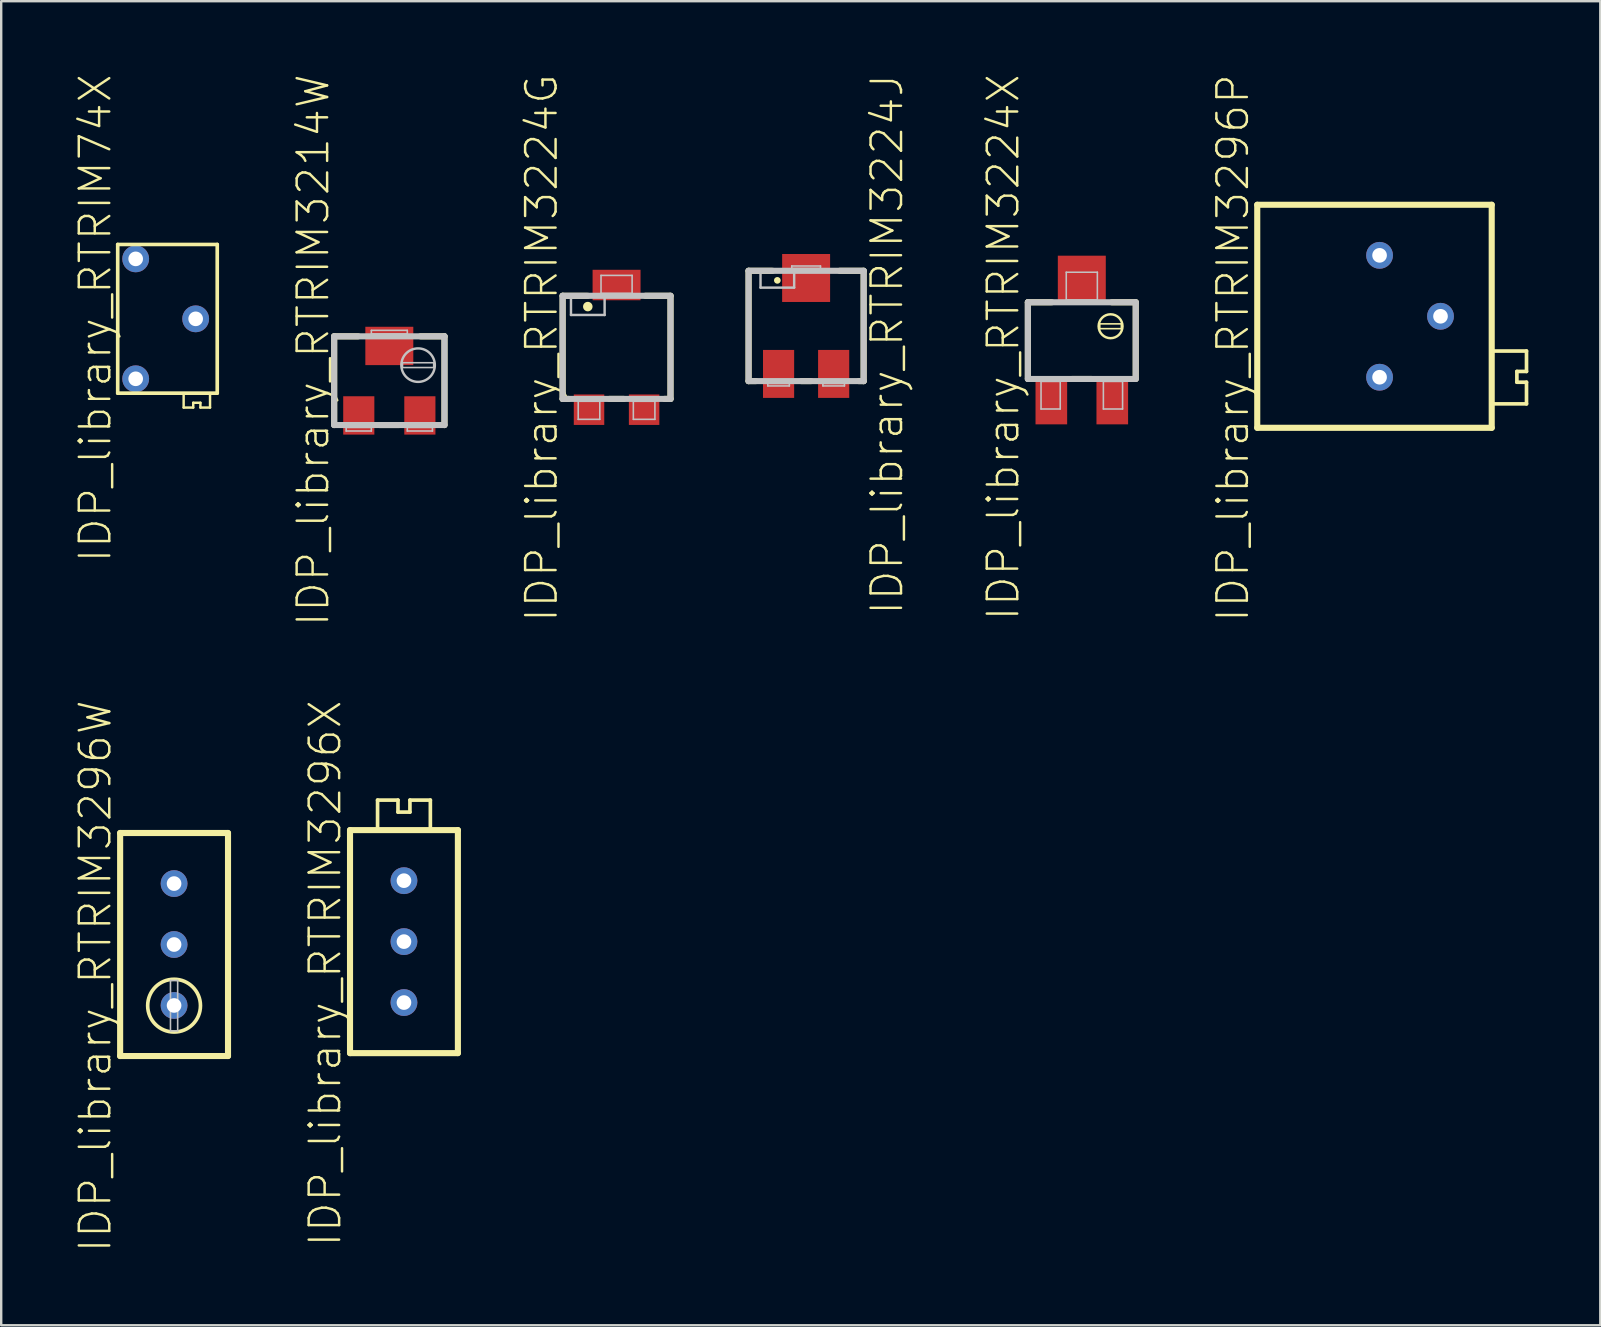
<source format=kicad_pcb>
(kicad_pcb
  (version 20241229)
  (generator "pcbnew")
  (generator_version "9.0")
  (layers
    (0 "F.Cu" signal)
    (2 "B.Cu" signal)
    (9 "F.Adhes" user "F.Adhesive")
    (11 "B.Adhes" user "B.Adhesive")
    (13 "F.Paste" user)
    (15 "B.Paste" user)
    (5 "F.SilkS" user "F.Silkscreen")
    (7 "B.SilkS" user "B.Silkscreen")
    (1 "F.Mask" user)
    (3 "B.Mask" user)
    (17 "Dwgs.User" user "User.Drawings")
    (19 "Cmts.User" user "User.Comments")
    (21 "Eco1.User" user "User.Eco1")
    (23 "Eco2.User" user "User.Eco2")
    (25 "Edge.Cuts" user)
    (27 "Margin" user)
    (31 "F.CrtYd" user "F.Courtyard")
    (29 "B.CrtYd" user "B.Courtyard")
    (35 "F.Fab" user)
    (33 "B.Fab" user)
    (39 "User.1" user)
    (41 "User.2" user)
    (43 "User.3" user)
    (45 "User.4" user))
  (footprint "IDP_library_RTRIM3224G"
    (layer "F.Cu")
    (at 22.647 11.427)
    (property "Reference" "IDP_library_RTRIM3224G" (at -3.124 0.028 90) (layer "F.SilkS") (effects (font (size 1.27 1.27) (thickness 0.102))))
    (attr smd)
    (fp_line (start -2.248 -2.149) (end -2.248 2.149) (stroke (width 0.254) (type solid)) (layer "F.SilkS"))
    (fp_line (start -2.248 2.149) (end -1.999 2.149) (stroke (width 0.254) (type solid)) (layer "F.SilkS"))
    (fp_line (start -1.199 -2.149) (end -2.248 -2.149) (stroke (width 0.254) (type solid)) (layer "F.SilkS"))
    (fp_line (start -0.3 2.149) (end 0.3 2.149) (stroke (width 0.254) (type solid)) (layer "F.SilkS"))
    (fp_line (start 1.199 -2.149) (end 2.248 -2.149) (stroke (width 0.254) (type solid)) (layer "F.SilkS"))
    (fp_line (start 2.248 -2.149) (end 2.248 2.149) (stroke (width 0.254) (type solid)) (layer "F.SilkS"))
    (fp_line (start 2.248 2.149) (end 1.999 2.149) (stroke (width 0.254) (type solid)) (layer "F.SilkS"))
    (fp_circle (center -1.199 -1.699) (end -1.199 -1.897) (stroke (width 0) (type solid)) (fill yes) (layer "F.SilkS"))
    (fp_line (start -2.248 -2.149) (end 2.248 -2.149) (stroke (width 0.254) (type solid)) (layer "Dwgs.User"))
    (fp_line (start -2.248 2.149) (end -2.248 -2.149) (stroke (width 0.254) (type solid)) (layer "Dwgs.User"))
    (fp_line (start -1.9 -1.349) (end -1.9 -2.05) (stroke (width 0.102) (type solid)) (layer "Dwgs.User"))
    (fp_line (start -1.598 2.248) (end -0.699 2.248) (stroke (width 0.066) (type solid)) (layer "Dwgs.User"))
    (fp_line (start -1.598 3) (end -1.598 2.248) (stroke (width 0.066) (type solid)) (layer "Dwgs.User"))
    (fp_line (start -1.598 3) (end -0.699 3) (stroke (width 0.066) (type solid)) (layer "Dwgs.User"))
    (fp_line (start -0.699 3) (end -0.699 2.248) (stroke (width 0.066) (type solid)) (layer "Dwgs.User"))
    (fp_line (start -0.648 -3) (end 0.648 -3) (stroke (width 0.066) (type solid)) (layer "Dwgs.User"))
    (fp_line (start -0.648 -2.248) (end -0.648 -3) (stroke (width 0.066) (type solid)) (layer "Dwgs.User"))
    (fp_line (start -0.648 -2.248) (end 0.648 -2.248) (stroke (width 0.066) (type solid)) (layer "Dwgs.User"))
    (fp_line (start -0.498 -2.05) (end -0.498 -1.349) (stroke (width 0.102) (type solid)) (layer "Dwgs.User"))
    (fp_line (start -0.498 -1.349) (end -1.9 -1.349) (stroke (width 0.102) (type solid)) (layer "Dwgs.User"))
    (fp_line (start 0.648 -2.248) (end 0.648 -3) (stroke (width 0.066) (type solid)) (layer "Dwgs.User"))
    (fp_line (start 0.699 2.248) (end 1.598 2.248) (stroke (width 0.066) (type solid)) (layer "Dwgs.User"))
    (fp_line (start 0.699 3) (end 0.699 2.248) (stroke (width 0.066) (type solid)) (layer "Dwgs.User"))
    (fp_line (start 0.699 3) (end 1.598 3) (stroke (width 0.066) (type solid)) (layer "Dwgs.User"))
    (fp_line (start 1.598 3) (end 1.598 2.248) (stroke (width 0.066) (type solid)) (layer "Dwgs.User"))
    (fp_line (start 2.248 -2.149) (end 2.248 2.149) (stroke (width 0.254) (type solid)) (layer "Dwgs.User"))
    (fp_line (start 2.248 2.149) (end -2.248 2.149) (stroke (width 0.254) (type solid)) (layer "Dwgs.User"))
    (pad "1" smd rect (at -1.148 2.598) (size 1.27 1.27) (layers "F.Cu" "F.Mask" "F.Paste"))
    (pad "2" smd rect (at 0 -2.598) (size 1.999 1.27) (layers "F.Cu" "F.Mask" "F.Paste"))
    (pad "3" smd rect (at 1.148 2.598) (size 1.27 1.27) (layers "F.Cu" "F.Mask" "F.Paste")))
  (footprint "IDP_library_RTRIM3296P"
    (layer "F.Cu")
    (at 54.447 10.132)
    (property "Reference" "IDP_library_RTRIM3296P" (at -6.114 1.323 90) (layer "F.SilkS") (effects (font (size 1.27 1.27) (thickness 0.102))))
    (attr exclude_from_pos_files exclude_from_bom)
    (fp_line (start -5.098 -4.648) (end -5.098 4.648) (stroke (width 0.254) (type solid)) (layer "F.SilkS"))
    (fp_line (start -5.098 4.648) (end 4.674 4.648) (stroke (width 0.254) (type solid)) (layer "F.SilkS"))
    (fp_line (start 4.674 -4.648) (end -5.098 -4.648) (stroke (width 0.254) (type solid)) (layer "F.SilkS"))
    (fp_line (start 4.674 4.648) (end 4.674 -4.648) (stroke (width 0.254) (type solid)) (layer "F.SilkS"))
    (fp_line (start 4.773 1.448) (end 6.124 1.448) (stroke (width 0.152) (type solid)) (layer "F.SilkS"))
    (fp_line (start 5.723 2.299) (end 5.723 2.748) (stroke (width 0.152) (type solid)) (layer "F.SilkS"))
    (fp_line (start 5.723 2.748) (end 6.124 2.748) (stroke (width 0.152) (type solid)) (layer "F.SilkS"))
    (fp_line (start 6.124 1.448) (end 6.124 2.299) (stroke (width 0.152) (type solid)) (layer "F.SilkS"))
    (fp_line (start 6.124 2.299) (end 5.723 2.299) (stroke (width 0.152) (type solid)) (layer "F.SilkS"))
    (fp_line (start 6.124 2.748) (end 6.124 3.65) (stroke (width 0.152) (type solid)) (layer "F.SilkS"))
    (fp_line (start 6.124 3.65) (end 4.773 3.65) (stroke (width 0.152) (type solid)) (layer "F.SilkS"))
    (pad "1" thru_hole circle (at 0 2.54) (size 1.118 1.118) (drill 0.61) (layers "*.Cu" "*.Paste" "*.Mask"))
    (pad "2" thru_hole circle (at 2.54 0) (size 1.118 1.118) (drill 0.61) (layers "*.Cu" "*.Paste" "*.Mask"))
    (pad "3" thru_hole circle (at 0 -2.54) (size 1.118 1.118) (drill 0.61) (layers "*.Cu" "*.Paste" "*.Mask")))
  (footprint "IDP_library_RTRIM3224J"
    (layer "F.Cu")
    (at 30.547 10.535)
    (property "Reference" "IDP_library_RTRIM3224J" (at 3.373 0.77 270) (layer "F.SilkS") (effects (font (size 1.27 1.27) (thickness 0.102))))
    (attr smd)
    (fp_line (start -2.398 -2.299) (end -1.4 -2.299) (stroke (width 0.254) (type solid)) (layer "F.SilkS"))
    (fp_line (start -2.398 2.299) (end -2.398 -2.299) (stroke (width 0.254) (type solid)) (layer "F.SilkS"))
    (fp_line (start -2.098 2.299) (end -2.398 2.299) (stroke (width 0.254) (type solid)) (layer "F.SilkS"))
    (fp_line (start 0.198 2.299) (end -0.198 2.299) (stroke (width 0.254) (type solid)) (layer "F.SilkS"))
    (fp_line (start 1.4 -2.299) (end 2.398 -2.299) (stroke (width 0.254) (type solid)) (layer "F.SilkS"))
    (fp_line (start 2.398 -2.299) (end 2.398 2.299) (stroke (width 0.254) (type solid)) (layer "F.SilkS"))
    (fp_line (start 2.398 2.299) (end 2.2 2.299) (stroke (width 0.254) (type solid)) (layer "F.SilkS"))
    (fp_circle (center -1.199 -1.9) (end -1.199 -2.04) (stroke (width 0) (type solid)) (fill yes) (layer "F.SilkS"))
    (fp_line (start -2.398 -2.299) (end 2.398 -2.299) (stroke (width 0.254) (type solid)) (layer "Dwgs.User"))
    (fp_line (start -2.398 2.299) (end -2.398 -2.299) (stroke (width 0.254) (type solid)) (layer "Dwgs.User"))
    (fp_line (start -1.9 -1.598) (end -1.9 -2.2) (stroke (width 0.102) (type solid)) (layer "Dwgs.User"))
    (fp_line (start -1.598 2.398) (end -0.699 2.398) (stroke (width 0.066) (type solid)) (layer "Dwgs.User"))
    (fp_line (start -1.598 2.499) (end -1.598 2.398) (stroke (width 0.066) (type solid)) (layer "Dwgs.User"))
    (fp_line (start -1.598 2.499) (end -0.699 2.499) (stroke (width 0.066) (type solid)) (layer "Dwgs.User"))
    (fp_line (start -0.699 2.499) (end -0.699 2.398) (stroke (width 0.066) (type solid)) (layer "Dwgs.User"))
    (fp_line (start -0.599 -2.499) (end 0.599 -2.499) (stroke (width 0.066) (type solid)) (layer "Dwgs.User"))
    (fp_line (start -0.599 -2.398) (end -0.599 -2.499) (stroke (width 0.066) (type solid)) (layer "Dwgs.User"))
    (fp_line (start -0.599 -2.398) (end 0.599 -2.398) (stroke (width 0.066) (type solid)) (layer "Dwgs.User"))
    (fp_line (start -0.498 -2.2) (end -0.498 -1.598) (stroke (width 0.102) (type solid)) (layer "Dwgs.User"))
    (fp_line (start -0.498 -1.598) (end -1.9 -1.598) (stroke (width 0.102) (type solid)) (layer "Dwgs.User"))
    (fp_line (start 0.599 -2.398) (end 0.599 -2.499) (stroke (width 0.066) (type solid)) (layer "Dwgs.User"))
    (fp_line (start 0.699 2.398) (end 1.598 2.398) (stroke (width 0.066) (type solid)) (layer "Dwgs.User"))
    (fp_line (start 0.699 2.499) (end 0.699 2.398) (stroke (width 0.066) (type solid)) (layer "Dwgs.User"))
    (fp_line (start 0.699 2.499) (end 1.598 2.499) (stroke (width 0.066) (type solid)) (layer "Dwgs.User"))
    (fp_line (start 1.598 2.499) (end 1.598 2.398) (stroke (width 0.066) (type solid)) (layer "Dwgs.User"))
    (fp_line (start 2.398 -2.299) (end 2.398 2.299) (stroke (width 0.254) (type solid)) (layer "Dwgs.User"))
    (fp_line (start 2.398 2.299) (end -2.398 2.299) (stroke (width 0.254) (type solid)) (layer "Dwgs.User"))
    (pad "1" smd rect (at -1.148 1.999) (size 1.298 1.999) (layers "F.Cu" "F.Mask" "F.Paste"))
    (pad "2" smd rect (at 0 -1.999) (size 1.999 1.999) (layers "F.Cu" "F.Mask" "F.Paste"))
    (pad "3" smd rect (at 1.148 1.999) (size 1.298 1.999) (layers "F.Cu" "F.Mask" "F.Paste")))
  (footprint "IDP_library_RTRIM3214W"
    (layer "F.Cu")
    (at 13.176 12.816)
    (property "Reference" "IDP_library_RTRIM3214W" (at -3.175 -1.27 90) (layer "F.SilkS") (effects (font (size 1.27 1.27) (thickness 0.102))))
    (attr smd)
    (fp_line (start -2.299 -1.849) (end -1.298 -1.849) (stroke (width 0.254) (type solid)) (layer "F.SilkS"))
    (fp_line (start -2.299 1.849) (end -2.299 -1.849) (stroke (width 0.254) (type solid)) (layer "F.SilkS"))
    (fp_line (start -0.399 1.849) (end 0.399 1.849) (stroke (width 0.254) (type solid)) (layer "F.SilkS"))
    (fp_line (start 2.299 -1.849) (end 1.298 -1.849) (stroke (width 0.254) (type solid)) (layer "F.SilkS"))
    (fp_line (start 2.299 1.849) (end 2.299 -1.849) (stroke (width 0.254) (type solid)) (layer "F.SilkS"))
    (fp_line (start -2.299 -1.849) (end 2.299 -1.849) (stroke (width 0.254) (type solid)) (layer "Dwgs.User"))
    (fp_line (start -2.299 1.849) (end -2.299 -1.849) (stroke (width 0.254) (type solid)) (layer "Dwgs.User"))
    (fp_line (start -1.798 1.948) (end -0.749 1.948) (stroke (width 0.066) (type solid)) (layer "Dwgs.User"))
    (fp_line (start -1.798 2.098) (end -1.798 1.948) (stroke (width 0.066) (type solid)) (layer "Dwgs.User"))
    (fp_line (start -1.798 2.098) (end -0.749 2.098) (stroke (width 0.066) (type solid)) (layer "Dwgs.User"))
    (fp_line (start -0.749 -2.098) (end 0.749 -2.098) (stroke (width 0.066) (type solid)) (layer "Dwgs.User"))
    (fp_line (start -0.749 -1.948) (end -0.749 -2.098) (stroke (width 0.066) (type solid)) (layer "Dwgs.User"))
    (fp_line (start -0.749 -1.948) (end 0.749 -1.948) (stroke (width 0.066) (type solid)) (layer "Dwgs.User"))
    (fp_line (start -0.749 2.098) (end -0.749 1.948) (stroke (width 0.066) (type solid)) (layer "Dwgs.User"))
    (fp_line (start 0.549 -0.749) (end 1.849 -0.749) (stroke (width 0.066) (type solid)) (layer "Dwgs.User"))
    (fp_line (start 0.549 -0.549) (end 0.549 -0.749) (stroke (width 0.066) (type solid)) (layer "Dwgs.User"))
    (fp_line (start 0.549 -0.549) (end 1.849 -0.549) (stroke (width 0.066) (type solid)) (layer "Dwgs.User"))
    (fp_line (start 0.749 -1.948) (end 0.749 -2.098) (stroke (width 0.066) (type solid)) (layer "Dwgs.User"))
    (fp_line (start 0.749 1.948) (end 1.798 1.948) (stroke (width 0.066) (type solid)) (layer "Dwgs.User"))
    (fp_line (start 0.749 2.098) (end 0.749 1.948) (stroke (width 0.066) (type solid)) (layer "Dwgs.User"))
    (fp_line (start 0.749 2.098) (end 1.798 2.098) (stroke (width 0.066) (type solid)) (layer "Dwgs.User"))
    (fp_line (start 1.798 2.098) (end 1.798 1.948) (stroke (width 0.066) (type solid)) (layer "Dwgs.User"))
    (fp_line (start 1.849 -0.549) (end 1.849 -0.749) (stroke (width 0.066) (type solid)) (layer "Dwgs.User"))
    (fp_line (start 2.299 -1.849) (end 2.299 1.849) (stroke (width 0.254) (type solid)) (layer "Dwgs.User"))
    (fp_line (start 2.299 1.849) (end -2.299 1.849) (stroke (width 0.254) (type solid)) (layer "Dwgs.User"))
    (fp_circle (center 1.199 -0.648) (end 1.199 -1.346) (stroke (width 0.102) (type solid)) (fill no) (layer "Dwgs.User"))
    (pad "1" smd rect (at -1.273 1.448) (size 1.298 1.598) (layers "F.Cu" "F.Mask" "F.Paste"))
    (pad "2" smd rect (at 0 -1.448) (size 1.999 1.598) (layers "F.Cu" "F.Mask" "F.Paste"))
    (pad "3" smd rect (at 1.273 1.448) (size 1.298 1.598) (layers "F.Cu" "F.Mask" "F.Paste")))
  (footprint "IDP_library_RTRIM3296X"
    (layer "F.Cu")
    (at 13.786 36.194)
    (property "Reference" "IDP_library_RTRIM3296X" (at -3.284 1.323 90) (layer "F.SilkS") (effects (font (size 1.27 1.27) (thickness 0.102))))
    (attr exclude_from_pos_files exclude_from_bom)
    (fp_line (start -2.248 -4.648) (end 2.248 -4.648) (stroke (width 0.254) (type solid)) (layer "F.SilkS"))
    (fp_line (start -2.248 4.648) (end -2.248 -4.648) (stroke (width 0.254) (type solid)) (layer "F.SilkS"))
    (fp_line (start -1.1 -5.898) (end -0.249 -5.898) (stroke (width 0.152) (type solid)) (layer "F.SilkS"))
    (fp_line (start -1.1 -4.699) (end -1.1 -5.898) (stroke (width 0.152) (type solid)) (layer "F.SilkS"))
    (fp_line (start -0.249 -5.898) (end -0.249 -5.397) (stroke (width 0.152) (type solid)) (layer "F.SilkS"))
    (fp_line (start -0.249 -5.397) (end 0.249 -5.397) (stroke (width 0.152) (type solid)) (layer "F.SilkS"))
    (fp_line (start 0.249 -5.898) (end 1.1 -5.898) (stroke (width 0.152) (type solid)) (layer "F.SilkS"))
    (fp_line (start 0.249 -5.397) (end 0.249 -5.898) (stroke (width 0.152) (type solid)) (layer "F.SilkS"))
    (fp_line (start 1.1 -5.898) (end 1.1 -4.699) (stroke (width 0.152) (type solid)) (layer "F.SilkS"))
    (fp_line (start 2.248 -4.648) (end 2.248 4.648) (stroke (width 0.254) (type solid)) (layer "F.SilkS"))
    (fp_line (start 2.248 4.648) (end -2.248 4.648) (stroke (width 0.254) (type solid)) (layer "F.SilkS"))
    (pad "1" thru_hole circle (at 0 2.54) (size 1.118 1.118) (drill 0.61) (layers "*.Cu" "*.Paste" "*.Mask"))
    (pad "2" thru_hole circle (at 0 0) (size 1.118 1.118) (drill 0.61) (layers "*.Cu" "*.Paste" "*.Mask"))
    (pad "3" thru_hole circle (at 0 -2.54) (size 1.118 1.118) (drill 0.61) (layers "*.Cu" "*.Paste" "*.Mask")))
  (footprint "IDP_library_RTRIM74X"
    (layer "F.Cu")
    (at 3.855 10.238)
    (property "Reference" "IDP_library_RTRIM74X" (at -2.934 -0.023 90) (layer "F.SilkS") (effects (font (size 1.27 1.27) (thickness 0.102))))
    (attr exclude_from_pos_files exclude_from_bom)
    (fp_line (start -1.999 -3.099) (end -1.999 3.099) (stroke (width 0.152) (type solid)) (layer "F.SilkS"))
    (fp_line (start -1.999 3.099) (end 2.149 3.099) (stroke (width 0.152) (type solid)) (layer "F.SilkS"))
    (fp_line (start 0.749 3.15) (end 0.749 3.698) (stroke (width 0.102) (type solid)) (layer "F.SilkS"))
    (fp_line (start 0.749 3.698) (end 1.148 3.698) (stroke (width 0.102) (type solid)) (layer "F.SilkS"))
    (fp_line (start 1.148 3.498) (end 1.448 3.498) (stroke (width 0.102) (type solid)) (layer "F.SilkS"))
    (fp_line (start 1.148 3.698) (end 1.148 3.498) (stroke (width 0.102) (type solid)) (layer "F.SilkS"))
    (fp_line (start 1.448 3.498) (end 1.448 3.698) (stroke (width 0.102) (type solid)) (layer "F.SilkS"))
    (fp_line (start 1.448 3.698) (end 1.849 3.698) (stroke (width 0.102) (type solid)) (layer "F.SilkS"))
    (fp_line (start 1.849 3.698) (end 1.849 3.15) (stroke (width 0.102) (type solid)) (layer "F.SilkS"))
    (fp_line (start 2.149 -3.099) (end -1.999 -3.099) (stroke (width 0.152) (type solid)) (layer "F.SilkS"))
    (fp_line (start 2.149 3.099) (end 2.149 -3.099) (stroke (width 0.152) (type solid)) (layer "F.SilkS"))
    (pad "1" thru_hole circle (at -1.25 2.499) (size 1.118 1.118) (drill 0.61) (layers "*.Cu" "*.Paste" "*.Mask"))
    (pad "2" thru_hole circle (at 1.25 0) (size 1.118 1.118) (drill 0.61) (layers "*.Cu" "*.Paste" "*.Mask"))
    (pad "3" thru_hole circle (at -1.25 -2.499) (size 1.118 1.118) (drill 0.61) (layers "*.Cu" "*.Paste" "*.Mask")))
  (footprint "IDP_library_RTRIM3224X"
    (layer "F.Cu")
    (at 42.037 11.146)
    (property "Reference" "IDP_library_RTRIM3224X" (at -3.274 0.279 90) (layer "F.SilkS") (effects (font (size 1.27 1.27) (thickness 0.102))))
    (attr smd)
    (fp_line (start -2.248 -1.598) (end -1.25 -1.598) (stroke (width 0.254) (type solid)) (layer "F.SilkS"))
    (fp_line (start -2.248 1.598) (end -2.248 -1.598) (stroke (width 0.254) (type solid)) (layer "F.SilkS"))
    (fp_line (start -0.399 1.598) (end 0.399 1.598) (stroke (width 0.254) (type solid)) (layer "F.SilkS"))
    (fp_line (start 0.749 -0.699) (end 1.648 -0.699) (stroke (width 0.066) (type solid)) (layer "F.SilkS"))
    (fp_line (start 0.749 -0.498) (end 0.749 -0.699) (stroke (width 0.066) (type solid)) (layer "F.SilkS"))
    (fp_line (start 0.749 -0.498) (end 1.648 -0.498) (stroke (width 0.066) (type solid)) (layer "F.SilkS"))
    (fp_line (start 1.25 -1.598) (end 2.248 -1.598) (stroke (width 0.254) (type solid)) (layer "F.SilkS"))
    (fp_line (start 1.648 -0.498) (end 1.648 -0.699) (stroke (width 0.066) (type solid)) (layer "F.SilkS"))
    (fp_line (start 2.248 -1.598) (end 2.248 1.598) (stroke (width 0.254) (type solid)) (layer "F.SilkS"))
    (fp_circle (center 1.199 -0.599) (end 1.199 -1.097) (stroke (width 0.102) (type solid)) (fill no) (layer "F.SilkS"))
    (fp_line (start -2.248 -1.598) (end 2.248 -1.598) (stroke (width 0.254) (type solid)) (layer "Dwgs.User"))
    (fp_line (start -2.248 1.598) (end -2.248 -1.598) (stroke (width 0.254) (type solid)) (layer "Dwgs.User"))
    (fp_line (start -1.699 1.699) (end -0.899 1.699) (stroke (width 0.066) (type solid)) (layer "Dwgs.User"))
    (fp_line (start -1.699 2.85) (end -1.699 1.699) (stroke (width 0.066) (type solid)) (layer "Dwgs.User"))
    (fp_line (start -1.699 2.85) (end -0.899 2.85) (stroke (width 0.066) (type solid)) (layer "Dwgs.User"))
    (fp_line (start -0.899 2.85) (end -0.899 1.699) (stroke (width 0.066) (type solid)) (layer "Dwgs.User"))
    (fp_line (start -0.648 -2.85) (end 0.648 -2.85) (stroke (width 0.066) (type solid)) (layer "Dwgs.User"))
    (fp_line (start -0.648 -1.699) (end -0.648 -2.85) (stroke (width 0.066) (type solid)) (layer "Dwgs.User"))
    (fp_line (start -0.648 -1.699) (end 0.648 -1.699) (stroke (width 0.066) (type solid)) (layer "Dwgs.User"))
    (fp_line (start 0.648 -1.699) (end 0.648 -2.85) (stroke (width 0.066) (type solid)) (layer "Dwgs.User"))
    (fp_line (start 0.899 1.699) (end 1.699 1.699) (stroke (width 0.066) (type solid)) (layer "Dwgs.User"))
    (fp_line (start 0.899 2.85) (end 0.899 1.699) (stroke (width 0.066) (type solid)) (layer "Dwgs.User"))
    (fp_line (start 0.899 2.85) (end 1.699 2.85) (stroke (width 0.066) (type solid)) (layer "Dwgs.User"))
    (fp_line (start 1.699 2.85) (end 1.699 1.699) (stroke (width 0.066) (type solid)) (layer "Dwgs.User"))
    (fp_line (start 2.248 -1.598) (end 2.248 1.598) (stroke (width 0.254) (type solid)) (layer "Dwgs.User"))
    (fp_line (start 2.248 1.598) (end -2.248 1.598) (stroke (width 0.254) (type solid)) (layer "Dwgs.User"))
    (pad "1" smd rect (at -1.27 2.54) (size 1.318 1.9) (layers "F.Cu" "F.Mask" "F.Paste"))
    (pad "2" smd rect (at 0 -2.54) (size 1.999 1.999) (layers "F.Cu" "F.Mask" "F.Paste"))
    (pad "3" smd rect (at 1.27 2.54) (size 1.318 1.9) (layers "F.Cu" "F.Mask" "F.Paste")))
  (footprint "IDP_library_RTRIM3296W"
    (layer "F.Cu")
    (at 4.205 36.315)
    (property "Reference" "IDP_library_RTRIM3296W" (at -3.284 1.323 90) (layer "F.SilkS") (effects (font (size 1.27 1.27) (thickness 0.102))))
    (attr exclude_from_pos_files exclude_from_bom)
    (fp_line (start -2.248 -4.648) (end 2.248 -4.648) (stroke (width 0.254) (type solid)) (layer "F.SilkS"))
    (fp_line (start -2.248 4.648) (end -2.248 -4.648) (stroke (width 0.254) (type solid)) (layer "F.SilkS"))
    (fp_line (start 2.248 -4.648) (end 2.248 4.648) (stroke (width 0.254) (type solid)) (layer "F.SilkS"))
    (fp_line (start 2.248 4.648) (end -2.248 4.648) (stroke (width 0.254) (type solid)) (layer "F.SilkS"))
    (fp_circle (center 0 2.548) (end 0 1.448) (stroke (width 0.152) (type solid)) (fill no) (layer "F.SilkS"))
    (fp_line (start -0.15 1.499) (end 0.15 1.499) (stroke (width 0.066) (type solid)) (layer "Dwgs.User"))
    (fp_line (start -0.15 3.599) (end -0.15 1.499) (stroke (width 0.066) (type solid)) (layer "Dwgs.User"))
    (fp_line (start -0.15 3.599) (end 0.15 3.599) (stroke (width 0.066) (type solid)) (layer "Dwgs.User"))
    (fp_line (start 0.15 3.599) (end 0.15 1.499) (stroke (width 0.066) (type solid)) (layer "Dwgs.User"))
    (pad "1" thru_hole circle (at 0 2.54) (size 1.118 1.118) (drill 0.61) (layers "*.Cu" "*.Paste" "*.Mask"))
    (pad "2" thru_hole circle (at 0 0) (size 1.118 1.118) (drill 0.61) (layers "*.Cu" "*.Paste" "*.Mask"))
    (pad "3" thru_hole circle (at 0 -2.54) (size 1.118 1.118) (drill 0.61) (layers "*.Cu" "*.Paste" "*.Mask")))
  (gr_rect
    (start -3 -3)
    (end 63.647 52.184)
    (stroke (width 0.1) (type default))
    (fill no)
    (layer "Edge.Cuts")))
</source>
